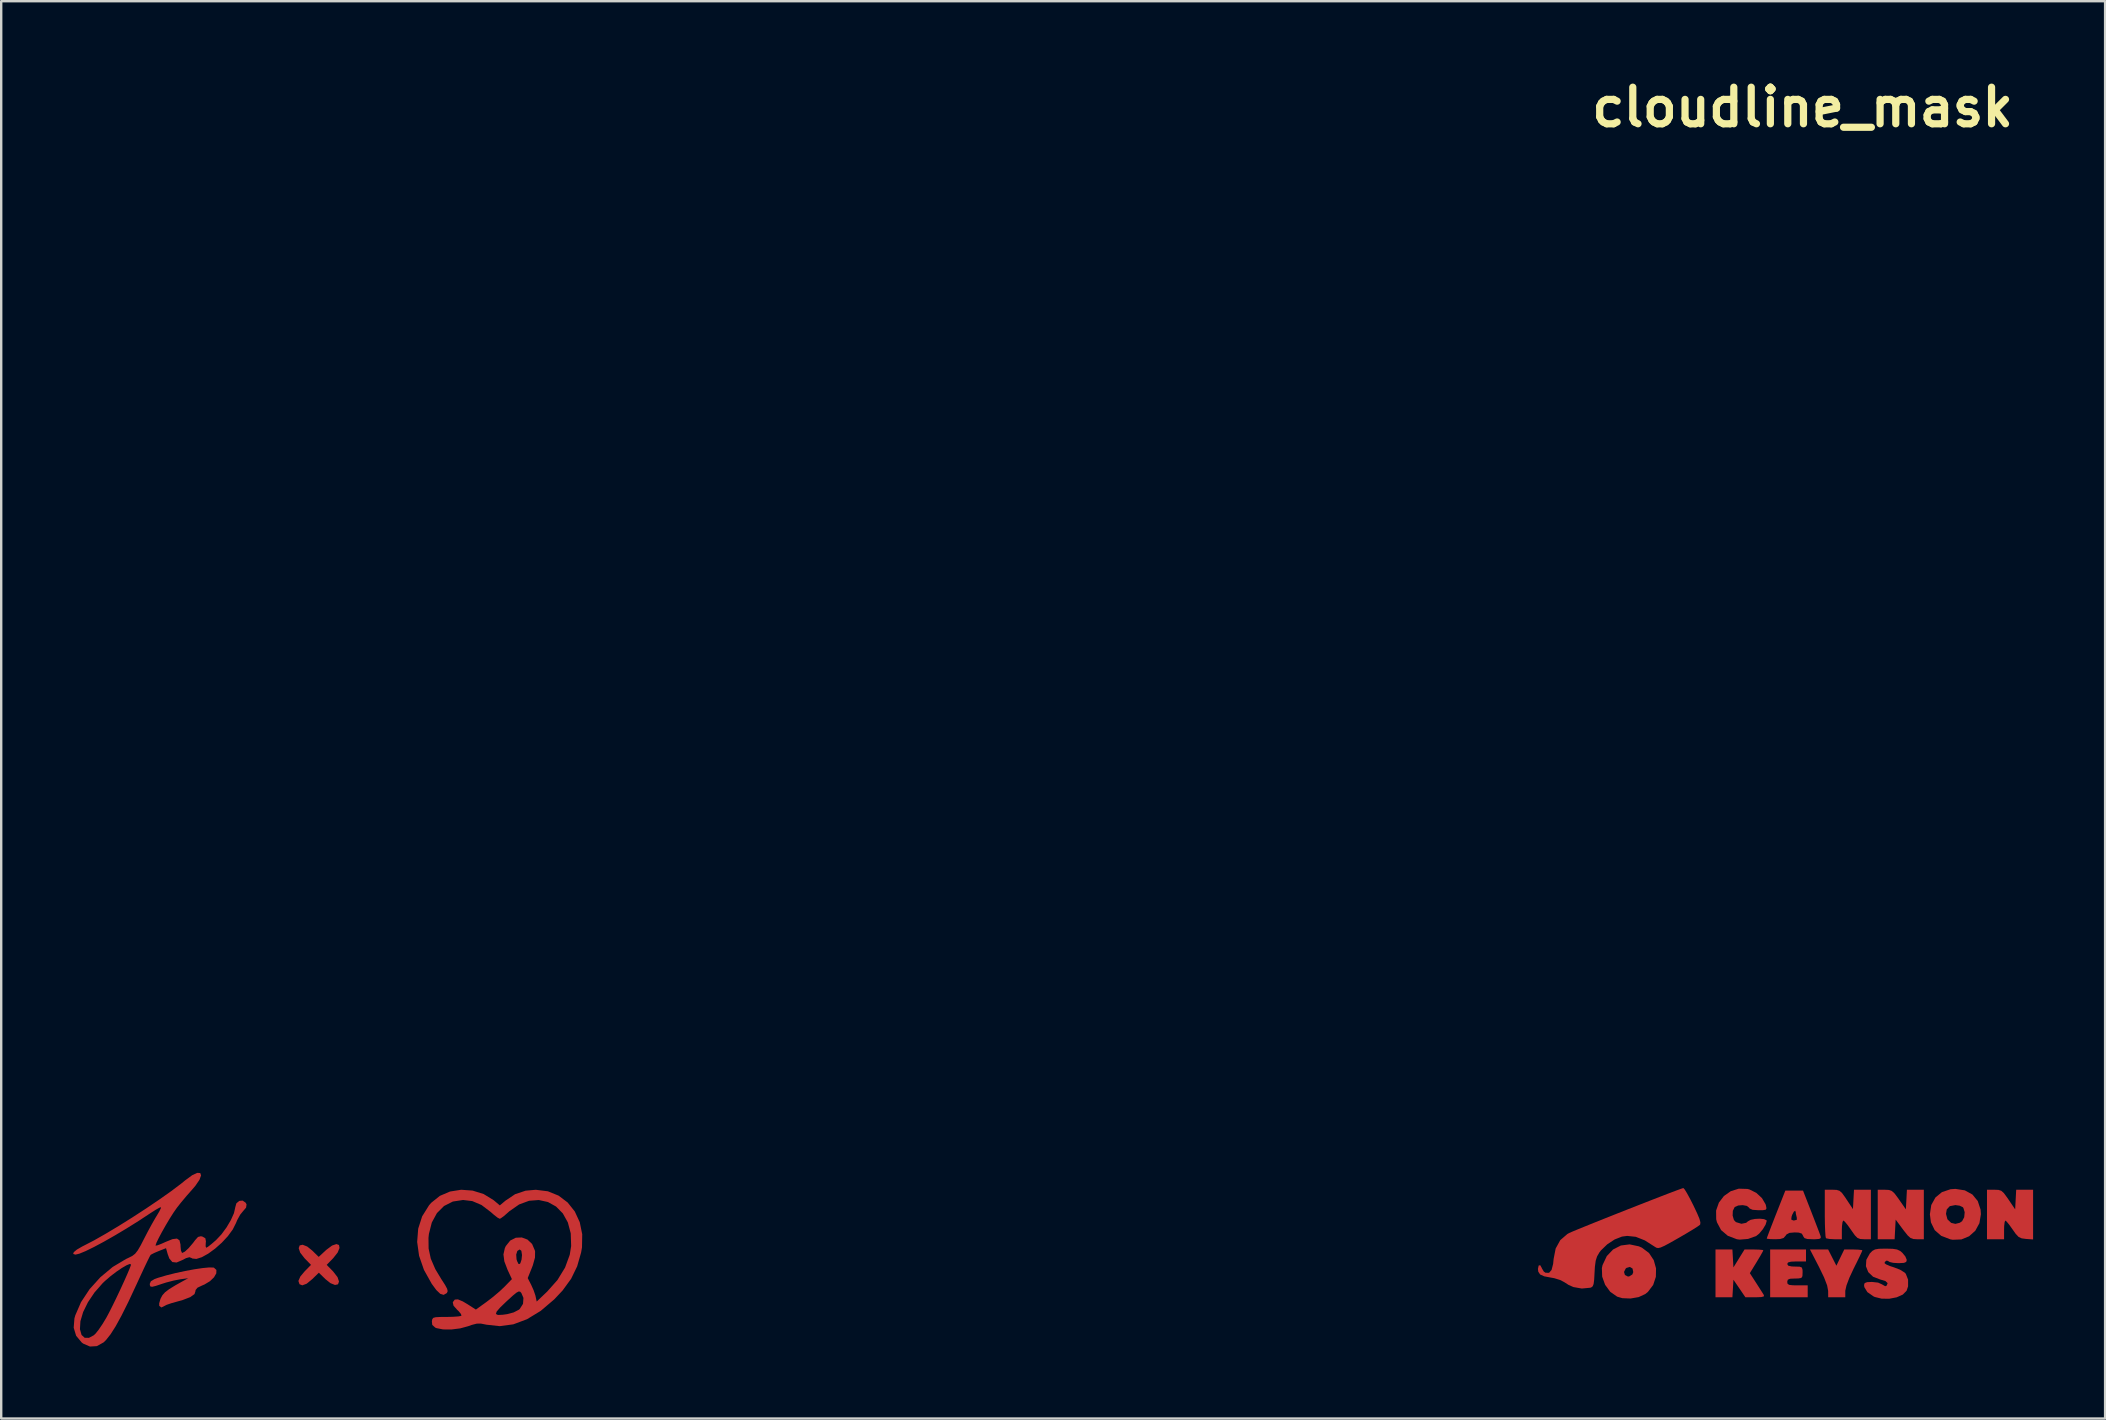
<source format=kicad_pcb>
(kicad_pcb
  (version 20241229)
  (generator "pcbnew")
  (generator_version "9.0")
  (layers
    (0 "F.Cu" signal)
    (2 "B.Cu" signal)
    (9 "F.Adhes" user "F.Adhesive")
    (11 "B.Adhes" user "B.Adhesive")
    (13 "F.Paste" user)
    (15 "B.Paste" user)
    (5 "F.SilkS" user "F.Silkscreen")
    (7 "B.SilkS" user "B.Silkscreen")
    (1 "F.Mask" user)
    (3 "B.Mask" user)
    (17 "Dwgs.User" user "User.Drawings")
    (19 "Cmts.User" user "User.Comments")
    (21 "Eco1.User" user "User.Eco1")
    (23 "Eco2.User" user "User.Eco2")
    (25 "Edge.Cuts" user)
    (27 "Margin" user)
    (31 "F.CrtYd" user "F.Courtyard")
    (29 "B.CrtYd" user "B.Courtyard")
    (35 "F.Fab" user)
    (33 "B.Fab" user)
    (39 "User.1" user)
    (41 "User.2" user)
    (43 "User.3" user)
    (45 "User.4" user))
  (footprint "cloudline_mask"
    (layer "F.Cu")
    (at 72.064 1.418)
    (property "Reference" "cloudline_mask" (at 0 0 0) (layer "F.SilkS") (effects (font (size 1.524 1.524) (thickness 0.3))))
    (attr through_hole)
    (fp_poly (pts (xy 1.408 48.274) (xy 1.736 47.598) (xy 2.113 47.598) (xy 2.323 47.605) (xy 2.46 47.621) (xy 2.49 47.635) (xy 2.46 47.71) (xy 2.379 47.884) (xy 2.259 48.131) (xy 2.134 48.381) (xy 1.949 48.777) (xy 1.829 49.096) (xy 1.779 49.318) (xy 1.779 49.34) (xy 1.779 49.59) (xy 1.067 49.59) (xy 1.065 49.324) (xy 1.022 49.094) (xy 0.895 48.763) (xy 0.685 48.328) (xy 0.307 47.598) (xy 1.065 47.598)) (stroke (width 0) (type solid)) (fill yes) (layer "F.Cu"))
    (fp_poly (pts (xy 5.052 47.171) (xy 4.769 47.171) (xy 4.614 47.162) (xy 4.495 47.117) (xy 4.377 47.01) (xy 4.223 46.816) (xy 4.182 46.762) (xy 3.878 46.353) (xy 3.856 46.762) (xy 3.835 47.171) (xy 3.131 47.171) (xy 3.131 45.108) (xy 3.433 45.109) (xy 3.598 45.117) (xy 3.716 45.158) (xy 3.827 45.257) (xy 3.966 45.441) (xy 4.02 45.518) (xy 4.304 45.926) (xy 4.326 45.517) (xy 4.347 45.108) (xy 5.052 45.108)) (stroke (width 0) (type solid)) (fill yes) (layer "F.Cu"))
    (fp_poly (pts (xy 8.162 45.115) (xy 8.281 45.153) (xy 8.388 45.249) (xy 8.521 45.43) (xy 8.581 45.517) (xy 8.858 45.926) (xy 8.879 45.517) (xy 8.901 45.108) (xy 9.605 45.108) (xy 9.605 47.18) (xy 9.304 47.158) (xy 9.129 47.134) (xy 9.002 47.075) (xy 8.882 46.949) (xy 8.752 46.765) (xy 8.614 46.571) (xy 8.503 46.436) (xy 8.449 46.391) (xy 8.42 46.454) (xy 8.4 46.619) (xy 8.396 46.78) (xy 8.396 47.171) (xy 7.684 47.171) (xy 7.684 45.108) (xy 7.994 45.108)) (stroke (width 0) (type solid)) (fill yes) (layer "F.Cu"))
    (fp_poly (pts (xy -2.903 47.972) (xy -2.882 48.345) (xy -2.651 47.972) (xy -2.42 47.598) (xy -2.028 47.598) (xy -1.814 47.604) (xy -1.671 47.618) (xy -1.636 47.633) (xy -1.671 47.705) (xy -1.762 47.867) (xy -1.892 48.084) (xy -1.917 48.126) (xy -2.198 48.584) (xy -1.931 48.998) (xy -1.789 49.22) (xy -1.673 49.402) (xy -1.611 49.502) (xy -1.615 49.553) (xy -1.72 49.581) (xy -1.946 49.59) (xy -1.97 49.59) (xy -2.383 49.59) (xy -2.632 49.224) (xy -2.882 48.858) (xy -2.903 49.224) (xy -2.925 49.59) (xy -3.629 49.59) (xy -3.629 47.598) (xy -2.925 47.598)) (stroke (width 0) (type solid)) (fill yes) (layer "F.Cu"))
    (fp_poly (pts (xy 0.142 48.096) (xy -0.249 48.096) (xy -0.485 48.106) (xy -0.607 48.14) (xy -0.64 48.203) (xy -0.598 48.273) (xy -0.456 48.305) (xy -0.32 48.31) (xy -0.123 48.315) (xy -0.03 48.351) (xy -0.002 48.448) (xy 0 48.559) (xy -0.007 48.712) (xy -0.053 48.784) (xy -0.178 48.806) (xy -0.32 48.808) (xy -0.52 48.817) (xy -0.615 48.856) (xy -0.64 48.94) (xy -0.64 48.95) (xy -0.625 49.03) (xy -0.556 49.073) (xy -0.403 49.09) (xy -0.213 49.092) (xy 0.213 49.092) (xy 0.213 49.59) (xy -1.352 49.59) (xy -1.352 47.598) (xy 0.142 47.598)) (stroke (width 0) (type solid)) (fill yes) (layer "F.Cu"))
    (fp_poly (pts (xy -60.988 47.411) (xy -60.966 47.534) (xy -61.043 47.724) (xy -61.231 47.962) (xy -61.238 47.969) (xy -61.501 48.239) (xy -61.231 48.515) (xy -61.049 48.75) (xy -60.988 48.934) (xy -61.029 49.049) (xy -61.154 49.077) (xy -61.346 49) (xy -61.551 48.836) (xy -61.828 48.566) (xy -62.098 48.829) (xy -62.336 49.025) (xy -62.518 49.092) (xy -62.634 49.045) (xy -62.68 48.91) (xy -62.598 48.722) (xy -62.418 48.508) (xy -62.155 48.239) (xy -62.425 47.962) (xy -62.606 47.728) (xy -62.667 47.544) (xy -62.627 47.429) (xy -62.503 47.4) (xy -62.312 47.475) (xy -62.108 47.639) (xy -61.834 47.906) (xy -61.514 47.611) (xy -61.275 47.433) (xy -61.095 47.372)) (stroke (width 0) (type solid)) (fill yes) (layer "F.Cu"))
    (fp_poly (pts (xy 1.418 45.115) (xy 1.538 45.152) (xy 1.644 45.246) (xy 1.773 45.424) (xy 1.831 45.512) (xy 2.099 45.916) (xy 2.12 45.512) (xy 2.142 45.108) (xy 2.846 45.108) (xy 2.846 47.171) (xy 2.562 47.171) (xy 2.403 47.162) (xy 2.287 47.116) (xy 2.177 47.006) (xy 2.035 46.805) (xy 2.018 46.78) (xy 1.877 46.581) (xy 1.761 46.44) (xy 1.697 46.389) (xy 1.664 46.453) (xy 1.642 46.619) (xy 1.636 46.78) (xy 1.636 47.171) (xy 1.328 47.171) (xy 1.128 47.161) (xy 0.994 47.136) (xy 0.972 47.124) (xy 0.955 47.039) (xy 0.941 46.839) (xy 0.93 46.552) (xy 0.925 46.204) (xy 0.925 46.092) (xy 0.925 45.108) (xy 1.244 45.108)) (stroke (width 0) (type solid)) (fill yes) (layer "F.Cu"))
    (fp_poly (pts (xy -6.821 47.467) (xy -6.692 47.525) (xy -6.398 47.747) (xy -6.202 48.044) (xy -6.107 48.384) (xy -6.114 48.738) (xy -6.226 49.075) (xy -6.445 49.365) (xy -6.556 49.455) (xy -6.831 49.582) (xy -7.171 49.641) (xy -7.51 49.627) (xy -7.726 49.564) (xy -8.015 49.362) (xy -8.229 49.07) (xy -8.352 48.728) (xy -8.358 48.534) (xy -7.441 48.534) (xy -7.403 48.661) (xy -7.282 48.724) (xy -7.23 48.723) (xy -7.094 48.64) (xy -7.056 48.541) (xy -7.087 48.391) (xy -7.197 48.325) (xy -7.337 48.365) (xy -7.372 48.394) (xy -7.441 48.534) (xy -8.358 48.534) (xy -8.364 48.376) (xy -8.336 48.248) (xy -8.159 47.873) (xy -7.897 47.598) (xy -7.572 47.432) (xy -7.206 47.385)) (stroke (width 0) (type solid)) (fill yes) (layer "F.Cu"))
    (fp_poly (pts (xy 6.761 45.134) (xy 7.076 45.307) (xy 7.299 45.579) (xy 7.416 45.934) (xy 7.43 46.127) (xy 7.368 46.503) (xy 7.197 46.816) (xy 6.939 47.047) (xy 6.618 47.179) (xy 6.255 47.193) (xy 6.154 47.175) (xy 5.775 47.028) (xy 5.505 46.792) (xy 5.348 46.468) (xy 5.304 46.132) (xy 5.307 46.113) (xy 5.976 46.113) (xy 6.035 46.34) (xy 6.191 46.489) (xy 6.368 46.531) (xy 6.55 46.485) (xy 6.647 46.419) (xy 6.735 46.253) (xy 6.754 46.044) (xy 6.7 45.866) (xy 6.674 45.834) (xy 6.545 45.773) (xy 6.368 45.748) (xy 6.135 45.792) (xy 6.008 45.927) (xy 5.976 46.113) (xy 5.307 46.113) (xy 5.362 45.745) (xy 5.535 45.432) (xy 5.806 45.208) (xy 6.162 45.088) (xy 6.368 45.073)) (stroke (width 0) (type solid)) (fill yes) (layer "F.Cu"))
    (fp_poly (pts (xy -66.221 48.351) (xy -66.198 48.358) (xy -66.096 48.451) (xy -66.101 48.593) (xy -66.196 48.757) (xy -66.366 48.92) (xy -66.594 49.057) (xy -66.672 49.089) (xy -66.884 49.19) (xy -66.966 49.29) (xy -66.966 49.324) (xy -67.009 49.457) (xy -67.186 49.583) (xy -67.501 49.704) (xy -67.733 49.769) (xy -67.979 49.838) (xy -68.171 49.905) (xy -68.263 49.952) (xy -68.388 50.014) (xy -68.478 49.949) (xy -68.481 49.844) (xy -68.433 49.674) (xy -68.42 49.64) (xy -68.347 49.505) (xy -68.238 49.382) (xy -68.066 49.251) (xy -67.807 49.092) (xy -67.555 48.951) (xy -67.271 48.795) (xy -67.612 48.842) (xy -67.881 48.894) (xy -68.192 48.975) (xy -68.352 49.026) (xy -68.613 49.113) (xy -68.768 49.152) (xy -68.844 49.142) (xy -68.87 49.083) (xy -68.872 49.027) (xy -68.827 48.923) (xy -68.677 48.832) (xy -68.534 48.78) (xy -68.192 48.679) (xy -67.805 48.582) (xy -67.403 48.495) (xy -67.014 48.423) (xy -66.668 48.372) (xy -66.394 48.346)) (stroke (width 0) (type solid)) (fill yes) (layer "F.Cu"))
    (fp_poly (pts (xy -2.3 45.075) (xy -2.214 45.097) (xy -1.93 45.238) (xy -1.692 45.459) (xy -1.542 45.715) (xy -1.527 45.766) (xy -1.505 45.882) (xy -1.536 45.94) (xy -1.65 45.96) (xy -1.835 45.962) (xy -2.081 45.945) (xy -2.209 45.889) (xy -2.231 45.855) (xy -2.326 45.781) (xy -2.496 45.75) (xy -2.683 45.765) (xy -2.824 45.827) (xy -2.832 45.834) (xy -2.907 45.988) (xy -2.915 46.188) (xy -2.861 46.37) (xy -2.779 46.457) (xy -2.549 46.527) (xy -2.352 46.487) (xy -2.277 46.424) (xy -2.164 46.362) (xy -1.983 46.325) (xy -1.782 46.315) (xy -1.606 46.333) (xy -1.504 46.381) (xy -1.494 46.407) (xy -1.542 46.563) (xy -1.659 46.757) (xy -1.808 46.936) (xy -1.933 47.036) (xy -2.271 47.158) (xy -2.619 47.187) (xy -2.739 47.171) (xy -3.115 47.029) (xy -3.396 46.79) (xy -3.568 46.467) (xy -3.6 46.339) (xy -3.604 45.975) (xy -3.488 45.645) (xy -3.277 45.369) (xy -2.993 45.169) (xy -2.66 45.064)) (stroke (width 0) (type solid)) (fill yes) (layer "F.Cu"))
    (fp_poly (pts (xy 0.365 46.033) (xy 0.497 46.373) (xy 0.612 46.672) (xy 0.7 46.903) (xy 0.748 47.035) (xy 0.752 47.047) (xy 0.757 47.12) (xy 0.692 47.158) (xy 0.526 47.171) (xy 0.425 47.171) (xy 0.201 47.162) (xy 0.081 47.126) (xy 0.027 47.05) (xy 0.021 47.029) (xy -0.033 46.937) (xy -0.155 46.895) (xy -0.326 46.887) (xy -0.546 46.905) (xy -0.671 46.972) (xy -0.711 47.029) (xy -0.792 47.119) (xy -0.935 47.162) (xy -1.141 47.171) (xy -1.343 47.166) (xy -1.471 47.152) (xy -1.494 47.141) (xy -1.469 47.067) (xy -1.401 46.885) (xy -1.299 46.619) (xy -1.194 46.35) (xy -0.473 46.35) (xy -0.39 46.388) (xy -0.353 46.389) (xy -0.241 46.361) (xy -0.241 46.276) (xy -0.281 46.105) (xy -0.285 46.049) (xy -0.308 45.982) (xy -0.365 46.023) (xy -0.432 46.15) (xy -0.459 46.229) (xy -0.473 46.35) (xy -1.194 46.35) (xy -1.172 46.292) (xy -1.107 46.127) (xy -0.719 45.144) (xy 0.018 45.144)) (stroke (width 0) (type solid)) (fill yes) (layer "F.Cu"))
    (fp_poly (pts (xy 3.753 47.57) (xy 3.935 47.598) (xy 4.065 47.659) (xy 4.156 47.735) (xy 4.281 47.887) (xy 4.339 48.027) (xy 4.34 48.038) (xy 4.317 48.117) (xy 4.224 48.156) (xy 4.029 48.167) (xy 3.989 48.168) (xy 3.776 48.154) (xy 3.628 48.12) (xy 3.592 48.095) (xy 3.51 48.057) (xy 3.431 48.111) (xy 3.415 48.167) (xy 3.478 48.218) (xy 3.639 48.288) (xy 3.803 48.341) (xy 4.06 48.44) (xy 4.249 48.557) (xy 4.301 48.611) (xy 4.396 48.855) (xy 4.396 49.134) (xy 4.334 49.317) (xy 4.176 49.477) (xy 3.922 49.591) (xy 3.615 49.65) (xy 3.297 49.648) (xy 3.008 49.577) (xy 2.953 49.551) (xy 2.698 49.373) (xy 2.573 49.168) (xy 2.561 49.079) (xy 2.587 48.998) (xy 2.687 48.96) (xy 2.887 48.95) (xy 3.145 48.978) (xy 3.315 49.054) (xy 3.323 49.061) (xy 3.444 49.129) (xy 3.504 49.103) (xy 3.544 48.999) (xy 3.448 48.911) (xy 3.23 48.847) (xy 2.937 48.734) (xy 2.736 48.541) (xy 2.639 48.296) (xy 2.656 48.028) (xy 2.8 47.767) (xy 2.804 47.762) (xy 2.908 47.656) (xy 3.019 47.596) (xy 3.179 47.569) (xy 3.433 47.563) (xy 3.474 47.563)) (stroke (width 0) (type solid)) (fill yes) (layer "F.Cu"))
    (fp_poly (pts (xy -4.913 45.097) (xy -4.813 45.26) (xy -4.682 45.501) (xy -4.55 45.762) (xy -4.394 46.091) (xy -4.299 46.317) (xy -4.259 46.462) (xy -4.265 46.548) (xy -4.285 46.577) (xy -4.379 46.644) (xy -4.57 46.765) (xy -4.832 46.923) (xy -5.139 47.102) (xy -5.19 47.131) (xy -5.523 47.32) (xy -5.756 47.445) (xy -5.914 47.515) (xy -6.019 47.539) (xy -6.094 47.524) (xy -6.15 47.49) (xy -6.572 47.22) (xy -6.951 47.07) (xy -7.31 47.032) (xy -7.527 47.061) (xy -7.831 47.18) (xy -8.142 47.385) (xy -8.404 47.637) (xy -8.47 47.724) (xy -8.564 47.887) (xy -8.622 48.071) (xy -8.655 48.319) (xy -8.669 48.565) (xy -8.685 48.856) (xy -8.708 49.035) (xy -8.747 49.133) (xy -8.809 49.18) (xy -8.847 49.192) (xy -9.2 49.225) (xy -9.55 49.164) (xy -9.751 49.075) (xy -9.925 48.963) (xy -10.102 48.87) (xy -10.349 48.794) (xy -10.478 48.771) (xy -10.765 48.717) (xy -10.936 48.64) (xy -11.014 48.523) (xy -11.028 48.408) (xy -10.998 48.268) (xy -10.934 48.252) (xy -10.869 48.367) (xy -10.865 48.381) (xy -10.783 48.519) (xy -10.714 48.566) (xy -10.565 48.571) (xy -10.46 48.45) (xy -10.395 48.198) (xy -10.375 47.996) (xy -10.29 47.558) (xy -10.097 47.208) (xy -9.8 46.952) (xy -9.738 46.918) (xy -9.62 46.864) (xy -9.394 46.77) (xy -9.078 46.641) (xy -8.692 46.485) (xy -8.252 46.309) (xy -7.779 46.121) (xy -7.289 45.927) (xy -6.802 45.736) (xy -6.337 45.554) (xy -5.91 45.388) (xy -5.542 45.246) (xy -5.25 45.136) (xy -5.052 45.064) (xy -4.968 45.037) (xy -4.968 45.037)) (stroke (width 0) (type solid)) (fill yes) (layer "F.Cu"))
    (fp_poly (pts (xy -55.421 45.144) (xy -54.962 45.287) (xy -54.549 45.54) (xy -54.518 45.566) (xy -54.286 45.761) (xy -54.055 45.566) (xy -53.651 45.295) (xy -53.213 45.148) (xy -52.788 45.11) (xy -52.284 45.173) (xy -51.838 45.354) (xy -51.46 45.64) (xy -51.163 46.013) (xy -50.956 46.46) (xy -50.853 46.963) (xy -50.862 47.508) (xy -50.899 47.724) (xy -51.064 48.301) (xy -51.315 48.818) (xy -51.671 49.307) (xy -52.017 49.675) (xy -52.581 50.155) (xy -53.152 50.503) (xy -53.724 50.717) (xy -54.291 50.793) (xy -54.843 50.732) (xy -55.07 50.687) (xy -55.25 50.688) (xy -55.454 50.741) (xy -55.602 50.794) (xy -55.939 50.886) (xy -56.306 50.932) (xy -56.651 50.929) (xy -56.926 50.875) (xy -56.976 50.854) (xy -57.102 50.742) (xy -57.118 50.592) (xy -57.101 50.502) (xy -57.058 50.447) (xy -56.957 50.42) (xy -56.77 50.41) (xy -56.516 50.409) (xy -56.241 50.403) (xy -56.023 50.388) (xy -55.899 50.367) (xy -55.887 50.36) (xy -55.904 50.289) (xy -55.906 50.286) (xy -54.449 50.286) (xy -54.365 50.327) (xy -54.167 50.318) (xy -53.979 50.292) (xy -53.71 50.22) (xy -53.496 50.11) (xy -53.458 50.079) (xy -53.32 49.863) (xy -53.302 49.616) (xy -53.389 49.412) (xy -53.439 49.357) (xy -53.5 49.348) (xy -53.592 49.396) (xy -53.738 49.515) (xy -53.96 49.717) (xy -54.02 49.772) (xy -54.275 50.018) (xy -54.419 50.186) (xy -54.449 50.286) (xy -55.906 50.286) (xy -56.005 50.166) (xy -56.063 50.111) (xy -56.215 49.941) (xy -56.246 49.807) (xy -56.24 49.786) (xy -56.163 49.686) (xy -56.032 49.677) (xy -55.828 49.762) (xy -55.627 49.882) (xy -55.284 50.102) (xy -54.839 49.782) (xy -54.566 49.572) (xy -54.291 49.339) (xy -54.088 49.147) (xy -53.783 48.833) (xy -53.963 48.447) (xy -54.098 48.094) (xy -54.135 47.81) (xy -53.604 47.81) (xy -53.59 48.006) (xy -53.566 48.084) (xy -53.507 48.203) (xy -53.454 48.199) (xy -53.429 48.165) (xy -53.382 48.022) (xy -53.362 47.83) (xy -53.389 47.652) (xy -53.46 47.598) (xy -53.557 47.659) (xy -53.604 47.81) (xy -54.135 47.81) (xy -54.136 47.806) (xy -54.079 47.547) (xy -54.037 47.455) (xy -53.853 47.226) (xy -53.621 47.108) (xy -53.371 47.097) (xy -53.134 47.185) (xy -52.942 47.368) (xy -52.826 47.639) (xy -52.817 47.683) (xy -52.821 47.936) (xy -52.911 48.258) (xy -52.951 48.361) (xy -53.124 48.79) (xy -52.982 49.066) (xy -52.879 49.295) (xy -52.804 49.514) (xy -52.795 49.555) (xy -52.75 49.768) (xy -52.315 49.354) (xy -51.886 48.872) (xy -51.568 48.352) (xy -51.372 47.817) (xy -51.314 47.453) (xy -51.331 46.925) (xy -51.453 46.469) (xy -51.662 46.094) (xy -51.944 45.808) (xy -52.282 45.62) (xy -52.662 45.537) (xy -53.067 45.568) (xy -53.481 45.721) (xy -53.889 46.005) (xy -53.952 46.062) (xy -54.118 46.207) (xy -54.247 46.3) (xy -54.292 46.318) (xy -54.378 46.273) (xy -54.529 46.156) (xy -54.668 46.034) (xy -55.05 45.744) (xy -55.434 45.581) (xy -55.817 45.535) (xy -56.244 45.6) (xy -56.611 45.786) (xy -56.907 46.082) (xy -57.121 46.475) (xy -57.242 46.953) (xy -57.259 47.114) (xy -57.254 47.559) (xy -57.163 47.981) (xy -56.975 48.416) (xy -56.725 48.832) (xy -56.567 49.077) (xy -56.482 49.235) (xy -56.46 49.335) (xy -56.489 49.404) (xy -56.505 49.421) (xy -56.628 49.489) (xy -56.767 49.447) (xy -56.933 49.288) (xy -57.123 49.03) (xy -57.448 48.448) (xy -57.651 47.861) (xy -57.731 47.284) (xy -57.688 46.731) (xy -57.523 46.217) (xy -57.236 45.757) (xy -57.144 45.651) (xy -56.786 45.364) (xy -56.361 45.183) (xy -55.897 45.109)) (stroke (width 0) (type solid)) (fill yes) (layer "F.Cu"))
    (fp_poly (pts (xy -66.77 44.412) (xy -66.736 44.512) (xy -66.802 44.695) (xy -66.976 44.949) (xy -67.104 45.098) (xy -67.335 45.36) (xy -67.573 45.644) (xy -67.746 45.864) (xy -67.882 46.059) (xy -68.041 46.309) (xy -68.206 46.587) (xy -68.364 46.865) (xy -68.497 47.115) (xy -68.592 47.31) (xy -68.631 47.423) (xy -68.629 47.438) (xy -68.555 47.425) (xy -68.392 47.363) (xy -68.211 47.282) (xy -67.927 47.167) (xy -67.741 47.143) (xy -67.635 47.216) (xy -67.593 47.389) (xy -67.591 47.464) (xy -67.574 47.639) (xy -67.532 47.735) (xy -67.517 47.741) (xy -67.408 47.685) (xy -67.249 47.537) (xy -67.066 47.321) (xy -66.985 47.212) (xy -66.862 47.075) (xy -66.743 47.046) (xy -66.675 47.062) (xy -66.558 47.129) (xy -66.533 47.257) (xy -66.54 47.321) (xy -66.546 47.467) (xy -66.519 47.527) (xy -66.444 47.483) (xy -66.297 47.367) (xy -66.109 47.204) (xy -66.109 47.204) (xy -65.886 46.967) (xy -65.673 46.676) (xy -65.492 46.369) (xy -65.365 46.084) (xy -65.314 45.861) (xy -65.314 45.853) (xy -65.265 45.676) (xy -65.147 45.574) (xy -65.003 45.561) (xy -64.877 45.649) (xy -64.84 45.718) (xy -64.86 45.855) (xy -64.974 45.987) (xy -65.103 46.144) (xy -65.229 46.372) (xy -65.28 46.496) (xy -65.415 46.764) (xy -65.619 47.043) (xy -65.872 47.315) (xy -66.151 47.563) (xy -66.435 47.77) (xy -66.703 47.919) (xy -66.931 47.992) (xy -67.1 47.974) (xy -67.126 47.956) (xy -67.221 47.92) (xy -67.36 47.958) (xy -67.514 48.038) (xy -67.756 48.141) (xy -67.932 48.122) (xy -68.058 47.975) (xy -68.125 47.795) (xy -68.196 47.544) (xy -68.492 47.66) (xy -68.683 47.741) (xy -68.815 47.809) (xy -68.839 47.826) (xy -68.883 47.904) (xy -68.975 48.09) (xy -69.106 48.364) (xy -69.264 48.704) (xy -69.441 49.089) (xy -69.442 49.09) (xy -69.765 49.781) (xy -70.047 50.346) (xy -70.292 50.794) (xy -70.507 51.132) (xy -70.696 51.371) (xy -70.797 51.469) (xy -71.076 51.625) (xy -71.365 51.642) (xy -71.648 51.52) (xy -71.711 51.471) (xy -71.942 51.193) (xy -72.025 50.919) (xy -71.783 50.919) (xy -71.715 51.16) (xy -71.586 51.277) (xy -71.407 51.28) (xy -71.207 51.173) (xy -71.131 51.102) (xy -71.002 50.94) (xy -70.841 50.703) (xy -70.685 50.444) (xy -70.567 50.224) (xy -70.422 49.936) (xy -70.261 49.606) (xy -70.098 49.261) (xy -69.944 48.926) (xy -69.812 48.629) (xy -69.713 48.395) (xy -69.66 48.251) (xy -69.654 48.224) (xy -69.705 48.201) (xy -69.839 48.255) (xy -70.034 48.368) (xy -70.265 48.525) (xy -70.506 48.709) (xy -70.735 48.906) (xy -70.836 49.002) (xy -71.176 49.389) (xy -71.45 49.797) (xy -71.649 50.203) (xy -71.763 50.585) (xy -71.783 50.919) (xy -72.025 50.919) (xy -72.043 50.859) (xy -72.013 50.471) (xy -71.978 50.345) (xy -71.738 49.792) (xy -71.381 49.252) (xy -70.932 48.755) (xy -70.418 48.326) (xy -69.862 47.994) (xy -69.757 47.945) (xy -69.603 47.868) (xy -69.483 47.775) (xy -69.374 47.636) (xy -69.25 47.423) (xy -69.122 47.174) (xy -68.957 46.855) (xy -68.787 46.542) (xy -68.639 46.284) (xy -68.59 46.205) (xy -68.478 46.016) (xy -68.412 45.88) (xy -68.405 45.836) (xy -68.473 45.858) (xy -68.626 45.944) (xy -68.832 46.075) (xy -68.848 46.086) (xy -69.341 46.41) (xy -69.84 46.722) (xy -70.327 47.013) (xy -70.784 47.273) (xy -71.195 47.493) (xy -71.541 47.663) (xy -71.805 47.772) (xy -71.969 47.812) (xy -71.971 47.812) (xy -72.064 47.784) (xy -72.04 47.71) (xy -71.91 47.602) (xy -71.686 47.472) (xy -71.605 47.431) (xy -71.199 47.221) (xy -70.71 46.943) (xy -70.164 46.616) (xy -69.591 46.257) (xy -69.018 45.884) (xy -68.471 45.514) (xy -67.98 45.167) (xy -67.571 44.859) (xy -67.393 44.714) (xy -67.106 44.503) (xy -66.896 44.406)) (stroke (width 0) (type solid)) (fill yes) (layer "F.Cu"))
    (fp_poly (pts (xy 1.408 48.274) (xy 1.736 47.598) (xy 2.113 47.598) (xy 2.323 47.605) (xy 2.46 47.621) (xy 2.49 47.635) (xy 2.46 47.71) (xy 2.379 47.884) (xy 2.259 48.131) (xy 2.134 48.381) (xy 1.949 48.777) (xy 1.829 49.096) (xy 1.779 49.318) (xy 1.779 49.34) (xy 1.779 49.59) (xy 1.067 49.59) (xy 1.065 49.324) (xy 1.022 49.094) (xy 0.895 48.763) (xy 0.685 48.328) (xy 0.307 47.598) (xy 1.065 47.598)) (stroke (width 0) (type solid)) (fill yes) (layer "F.Mask"))
    (fp_poly (pts (xy 5.052 47.171) (xy 4.769 47.171) (xy 4.614 47.162) (xy 4.495 47.117) (xy 4.377 47.01) (xy 4.223 46.816) (xy 4.182 46.762) (xy 3.878 46.353) (xy 3.856 46.762) (xy 3.835 47.171) (xy 3.131 47.171) (xy 3.131 45.108) (xy 3.433 45.109) (xy 3.598 45.117) (xy 3.716 45.158) (xy 3.827 45.257) (xy 3.966 45.441) (xy 4.02 45.518) (xy 4.304 45.926) (xy 4.326 45.517) (xy 4.347 45.108) (xy 5.052 45.108)) (stroke (width 0) (type solid)) (fill yes) (layer "F.Mask"))
    (fp_poly (pts (xy 8.162 45.115) (xy 8.281 45.153) (xy 8.388 45.249) (xy 8.521 45.43) (xy 8.581 45.517) (xy 8.858 45.926) (xy 8.879 45.517) (xy 8.901 45.108) (xy 9.605 45.108) (xy 9.605 47.18) (xy 9.304 47.158) (xy 9.129 47.134) (xy 9.002 47.075) (xy 8.882 46.949) (xy 8.752 46.765) (xy 8.614 46.571) (xy 8.503 46.436) (xy 8.449 46.391) (xy 8.42 46.454) (xy 8.4 46.619) (xy 8.396 46.78) (xy 8.396 47.171) (xy 7.684 47.171) (xy 7.684 45.108) (xy 7.994 45.108)) (stroke (width 0) (type solid)) (fill yes) (layer "F.Mask"))
    (fp_poly (pts (xy -2.903 47.972) (xy -2.882 48.345) (xy -2.651 47.972) (xy -2.42 47.598) (xy -2.028 47.598) (xy -1.814 47.604) (xy -1.671 47.618) (xy -1.636 47.633) (xy -1.671 47.705) (xy -1.762 47.867) (xy -1.892 48.084) (xy -1.917 48.126) (xy -2.198 48.584) (xy -1.931 48.998) (xy -1.789 49.22) (xy -1.673 49.402) (xy -1.611 49.502) (xy -1.615 49.553) (xy -1.72 49.581) (xy -1.946 49.59) (xy -1.97 49.59) (xy -2.383 49.59) (xy -2.632 49.224) (xy -2.882 48.858) (xy -2.903 49.224) (xy -2.925 49.59) (xy -3.629 49.59) (xy -3.629 47.598) (xy -2.925 47.598)) (stroke (width 0) (type solid)) (fill yes) (layer "F.Mask"))
    (fp_poly (pts (xy 0.142 48.096) (xy -0.249 48.096) (xy -0.485 48.106) (xy -0.607 48.14) (xy -0.64 48.203) (xy -0.598 48.273) (xy -0.456 48.305) (xy -0.32 48.31) (xy -0.123 48.315) (xy -0.03 48.351) (xy -0.002 48.448) (xy 0 48.559) (xy -0.007 48.712) (xy -0.053 48.784) (xy -0.178 48.806) (xy -0.32 48.808) (xy -0.52 48.817) (xy -0.615 48.856) (xy -0.64 48.94) (xy -0.64 48.95) (xy -0.625 49.03) (xy -0.556 49.073) (xy -0.403 49.09) (xy -0.213 49.092) (xy 0.213 49.092) (xy 0.213 49.59) (xy -1.352 49.59) (xy -1.352 47.598) (xy 0.142 47.598)) (stroke (width 0) (type solid)) (fill yes) (layer "F.Mask"))
    (fp_poly (pts (xy -60.988 47.411) (xy -60.966 47.534) (xy -61.043 47.724) (xy -61.231 47.962) (xy -61.238 47.969) (xy -61.501 48.239) (xy -61.231 48.515) (xy -61.049 48.75) (xy -60.988 48.934) (xy -61.029 49.049) (xy -61.154 49.077) (xy -61.346 49) (xy -61.551 48.836) (xy -61.828 48.566) (xy -62.098 48.829) (xy -62.336 49.025) (xy -62.518 49.092) (xy -62.634 49.045) (xy -62.68 48.91) (xy -62.598 48.722) (xy -62.418 48.508) (xy -62.155 48.239) (xy -62.425 47.962) (xy -62.606 47.728) (xy -62.667 47.544) (xy -62.627 47.429) (xy -62.503 47.4) (xy -62.312 47.475) (xy -62.108 47.639) (xy -61.834 47.906) (xy -61.514 47.611) (xy -61.275 47.433) (xy -61.095 47.372)) (stroke (width 0) (type solid)) (fill yes) (layer "F.Mask"))
    (fp_poly (pts (xy 1.418 45.115) (xy 1.538 45.152) (xy 1.644 45.246) (xy 1.773 45.424) (xy 1.831 45.512) (xy 2.099 45.916) (xy 2.12 45.512) (xy 2.142 45.108) (xy 2.846 45.108) (xy 2.846 47.171) (xy 2.562 47.171) (xy 2.403 47.162) (xy 2.287 47.116) (xy 2.177 47.006) (xy 2.035 46.805) (xy 2.018 46.78) (xy 1.877 46.581) (xy 1.761 46.44) (xy 1.697 46.389) (xy 1.664 46.453) (xy 1.642 46.619) (xy 1.636 46.78) (xy 1.636 47.171) (xy 1.328 47.171) (xy 1.128 47.161) (xy 0.994 47.136) (xy 0.972 47.124) (xy 0.955 47.039) (xy 0.941 46.839) (xy 0.93 46.552) (xy 0.925 46.204) (xy 0.925 46.092) (xy 0.925 45.108) (xy 1.244 45.108)) (stroke (width 0) (type solid)) (fill yes) (layer "F.Mask"))
    (fp_poly (pts (xy -6.821 47.467) (xy -6.692 47.525) (xy -6.398 47.747) (xy -6.202 48.044) (xy -6.107 48.384) (xy -6.114 48.738) (xy -6.226 49.075) (xy -6.445 49.365) (xy -6.556 49.455) (xy -6.831 49.582) (xy -7.171 49.641) (xy -7.51 49.627) (xy -7.726 49.564) (xy -8.015 49.362) (xy -8.229 49.07) (xy -8.352 48.728) (xy -8.358 48.534) (xy -7.441 48.534) (xy -7.403 48.661) (xy -7.282 48.724) (xy -7.23 48.723) (xy -7.094 48.64) (xy -7.056 48.541) (xy -7.087 48.391) (xy -7.197 48.325) (xy -7.337 48.365) (xy -7.372 48.394) (xy -7.441 48.534) (xy -8.358 48.534) (xy -8.364 48.376) (xy -8.336 48.248) (xy -8.159 47.873) (xy -7.897 47.598) (xy -7.572 47.432) (xy -7.206 47.385)) (stroke (width 0) (type solid)) (fill yes) (layer "F.Mask"))
    (fp_poly (pts (xy 6.761 45.134) (xy 7.076 45.307) (xy 7.299 45.579) (xy 7.416 45.934) (xy 7.43 46.127) (xy 7.368 46.503) (xy 7.197 46.816) (xy 6.939 47.047) (xy 6.618 47.179) (xy 6.255 47.193) (xy 6.154 47.175) (xy 5.775 47.028) (xy 5.505 46.792) (xy 5.348 46.468) (xy 5.304 46.132) (xy 5.307 46.113) (xy 5.976 46.113) (xy 6.035 46.34) (xy 6.191 46.489) (xy 6.368 46.531) (xy 6.55 46.485) (xy 6.647 46.419) (xy 6.735 46.253) (xy 6.754 46.044) (xy 6.7 45.866) (xy 6.674 45.834) (xy 6.545 45.773) (xy 6.368 45.748) (xy 6.135 45.792) (xy 6.008 45.927) (xy 5.976 46.113) (xy 5.307 46.113) (xy 5.362 45.745) (xy 5.535 45.432) (xy 5.806 45.208) (xy 6.162 45.088) (xy 6.368 45.073)) (stroke (width 0) (type solid)) (fill yes) (layer "F.Mask"))
    (fp_poly (pts (xy -66.221 48.351) (xy -66.198 48.358) (xy -66.096 48.451) (xy -66.101 48.593) (xy -66.196 48.757) (xy -66.366 48.92) (xy -66.594 49.057) (xy -66.672 49.089) (xy -66.884 49.19) (xy -66.966 49.29) (xy -66.966 49.324) (xy -67.009 49.457) (xy -67.186 49.583) (xy -67.501 49.704) (xy -67.733 49.769) (xy -67.979 49.838) (xy -68.171 49.905) (xy -68.263 49.952) (xy -68.388 50.014) (xy -68.478 49.949) (xy -68.481 49.844) (xy -68.433 49.674) (xy -68.42 49.64) (xy -68.347 49.505) (xy -68.238 49.382) (xy -68.066 49.251) (xy -67.807 49.092) (xy -67.555 48.951) (xy -67.271 48.795) (xy -67.612 48.842) (xy -67.881 48.894) (xy -68.192 48.975) (xy -68.352 49.026) (xy -68.613 49.113) (xy -68.768 49.152) (xy -68.844 49.142) (xy -68.87 49.083) (xy -68.872 49.027) (xy -68.827 48.923) (xy -68.677 48.832) (xy -68.534 48.78) (xy -68.192 48.679) (xy -67.805 48.582) (xy -67.403 48.495) (xy -67.014 48.423) (xy -66.668 48.372) (xy -66.394 48.346)) (stroke (width 0) (type solid)) (fill yes) (layer "F.Mask"))
    (fp_poly (pts (xy -2.3 45.075) (xy -2.214 45.097) (xy -1.93 45.238) (xy -1.692 45.459) (xy -1.542 45.715) (xy -1.527 45.766) (xy -1.505 45.882) (xy -1.536 45.94) (xy -1.65 45.96) (xy -1.835 45.962) (xy -2.081 45.945) (xy -2.209 45.889) (xy -2.231 45.855) (xy -2.326 45.781) (xy -2.496 45.75) (xy -2.683 45.765) (xy -2.824 45.827) (xy -2.832 45.834) (xy -2.907 45.988) (xy -2.915 46.188) (xy -2.861 46.37) (xy -2.779 46.457) (xy -2.549 46.527) (xy -2.352 46.487) (xy -2.277 46.424) (xy -2.164 46.362) (xy -1.983 46.325) (xy -1.782 46.315) (xy -1.606 46.333) (xy -1.504 46.381) (xy -1.494 46.407) (xy -1.542 46.563) (xy -1.659 46.757) (xy -1.808 46.936) (xy -1.933 47.036) (xy -2.271 47.158) (xy -2.619 47.187) (xy -2.739 47.171) (xy -3.115 47.029) (xy -3.396 46.79) (xy -3.568 46.467) (xy -3.6 46.339) (xy -3.604 45.975) (xy -3.488 45.645) (xy -3.277 45.369) (xy -2.993 45.169) (xy -2.66 45.064)) (stroke (width 0) (type solid)) (fill yes) (layer "F.Mask"))
    (fp_poly (pts (xy 0.365 46.033) (xy 0.497 46.373) (xy 0.612 46.672) (xy 0.7 46.903) (xy 0.748 47.035) (xy 0.752 47.047) (xy 0.757 47.12) (xy 0.692 47.158) (xy 0.526 47.171) (xy 0.425 47.171) (xy 0.201 47.162) (xy 0.081 47.126) (xy 0.027 47.05) (xy 0.021 47.029) (xy -0.033 46.937) (xy -0.155 46.895) (xy -0.326 46.887) (xy -0.546 46.905) (xy -0.671 46.972) (xy -0.711 47.029) (xy -0.792 47.119) (xy -0.935 47.162) (xy -1.141 47.171) (xy -1.343 47.166) (xy -1.471 47.152) (xy -1.494 47.141) (xy -1.469 47.067) (xy -1.401 46.885) (xy -1.299 46.619) (xy -1.194 46.35) (xy -0.473 46.35) (xy -0.39 46.388) (xy -0.353 46.389) (xy -0.241 46.361) (xy -0.241 46.276) (xy -0.281 46.105) (xy -0.285 46.049) (xy -0.308 45.982) (xy -0.365 46.023) (xy -0.432 46.15) (xy -0.459 46.229) (xy -0.473 46.35) (xy -1.194 46.35) (xy -1.172 46.292) (xy -1.107 46.127) (xy -0.719 45.144) (xy 0.018 45.144)) (stroke (width 0) (type solid)) (fill yes) (layer "F.Mask"))
    (fp_poly (pts (xy 3.753 47.57) (xy 3.935 47.598) (xy 4.065 47.659) (xy 4.156 47.735) (xy 4.281 47.887) (xy 4.339 48.027) (xy 4.34 48.038) (xy 4.317 48.117) (xy 4.224 48.156) (xy 4.029 48.167) (xy 3.989 48.168) (xy 3.776 48.154) (xy 3.628 48.12) (xy 3.592 48.095) (xy 3.51 48.057) (xy 3.431 48.111) (xy 3.415 48.167) (xy 3.478 48.218) (xy 3.639 48.288) (xy 3.803 48.341) (xy 4.06 48.44) (xy 4.249 48.557) (xy 4.301 48.611) (xy 4.396 48.855) (xy 4.396 49.134) (xy 4.334 49.317) (xy 4.176 49.477) (xy 3.922 49.591) (xy 3.615 49.65) (xy 3.297 49.648) (xy 3.008 49.577) (xy 2.953 49.551) (xy 2.698 49.373) (xy 2.573 49.168) (xy 2.561 49.079) (xy 2.587 48.998) (xy 2.687 48.96) (xy 2.887 48.95) (xy 3.145 48.978) (xy 3.315 49.054) (xy 3.323 49.061) (xy 3.444 49.129) (xy 3.504 49.103) (xy 3.544 48.999) (xy 3.448 48.911) (xy 3.23 48.847) (xy 2.937 48.734) (xy 2.736 48.541) (xy 2.639 48.296) (xy 2.656 48.028) (xy 2.8 47.767) (xy 2.804 47.762) (xy 2.908 47.656) (xy 3.019 47.596) (xy 3.179 47.569) (xy 3.433 47.563) (xy 3.474 47.563)) (stroke (width 0) (type solid)) (fill yes) (layer "F.Mask"))
    (fp_poly (pts (xy -4.913 45.097) (xy -4.813 45.26) (xy -4.682 45.501) (xy -4.55 45.762) (xy -4.394 46.091) (xy -4.299 46.317) (xy -4.259 46.462) (xy -4.265 46.548) (xy -4.285 46.577) (xy -4.379 46.644) (xy -4.57 46.765) (xy -4.832 46.923) (xy -5.139 47.102) (xy -5.19 47.131) (xy -5.523 47.32) (xy -5.756 47.445) (xy -5.914 47.515) (xy -6.019 47.539) (xy -6.094 47.524) (xy -6.15 47.49) (xy -6.572 47.22) (xy -6.951 47.07) (xy -7.31 47.032) (xy -7.527 47.061) (xy -7.831 47.18) (xy -8.142 47.385) (xy -8.404 47.637) (xy -8.47 47.724) (xy -8.564 47.887) (xy -8.622 48.071) (xy -8.655 48.319) (xy -8.669 48.565) (xy -8.685 48.856) (xy -8.708 49.035) (xy -8.747 49.133) (xy -8.809 49.18) (xy -8.847 49.192) (xy -9.2 49.225) (xy -9.55 49.164) (xy -9.751 49.075) (xy -9.925 48.963) (xy -10.102 48.87) (xy -10.349 48.794) (xy -10.478 48.771) (xy -10.765 48.717) (xy -10.936 48.64) (xy -11.014 48.523) (xy -11.028 48.408) (xy -10.998 48.268) (xy -10.934 48.252) (xy -10.869 48.367) (xy -10.865 48.381) (xy -10.783 48.519) (xy -10.714 48.566) (xy -10.565 48.571) (xy -10.46 48.45) (xy -10.395 48.198) (xy -10.375 47.996) (xy -10.29 47.558) (xy -10.097 47.208) (xy -9.8 46.952) (xy -9.738 46.918) (xy -9.62 46.864) (xy -9.394 46.77) (xy -9.078 46.641) (xy -8.692 46.485) (xy -8.252 46.309) (xy -7.779 46.121) (xy -7.289 45.927) (xy -6.802 45.736) (xy -6.337 45.554) (xy -5.91 45.388) (xy -5.542 45.246) (xy -5.25 45.136) (xy -5.052 45.064) (xy -4.968 45.037) (xy -4.968 45.037)) (stroke (width 0) (type solid)) (fill yes) (layer "F.Mask"))
    (fp_poly (pts (xy -55.421 45.144) (xy -54.962 45.287) (xy -54.549 45.54) (xy -54.518 45.566) (xy -54.286 45.761) (xy -54.055 45.566) (xy -53.651 45.295) (xy -53.213 45.148) (xy -52.788 45.11) (xy -52.284 45.173) (xy -51.838 45.354) (xy -51.46 45.64) (xy -51.163 46.013) (xy -50.956 46.46) (xy -50.853 46.963) (xy -50.862 47.508) (xy -50.899 47.724) (xy -51.064 48.301) (xy -51.315 48.818) (xy -51.671 49.307) (xy -52.017 49.675) (xy -52.581 50.155) (xy -53.152 50.503) (xy -53.724 50.717) (xy -54.291 50.793) (xy -54.843 50.732) (xy -55.07 50.687) (xy -55.25 50.688) (xy -55.454 50.741) (xy -55.602 50.794) (xy -55.939 50.886) (xy -56.306 50.932) (xy -56.651 50.929) (xy -56.926 50.875) (xy -56.976 50.854) (xy -57.102 50.742) (xy -57.118 50.592) (xy -57.101 50.502) (xy -57.058 50.447) (xy -56.957 50.42) (xy -56.77 50.41) (xy -56.516 50.409) (xy -56.241 50.403) (xy -56.023 50.388) (xy -55.899 50.367) (xy -55.887 50.36) (xy -55.904 50.289) (xy -55.906 50.286) (xy -54.449 50.286) (xy -54.365 50.327) (xy -54.167 50.318) (xy -53.979 50.292) (xy -53.71 50.22) (xy -53.496 50.11) (xy -53.458 50.079) (xy -53.32 49.863) (xy -53.302 49.616) (xy -53.389 49.412) (xy -53.439 49.357) (xy -53.5 49.348) (xy -53.592 49.396) (xy -53.738 49.515) (xy -53.96 49.717) (xy -54.02 49.772) (xy -54.275 50.018) (xy -54.419 50.186) (xy -54.449 50.286) (xy -55.906 50.286) (xy -56.005 50.166) (xy -56.063 50.111) (xy -56.215 49.941) (xy -56.246 49.807) (xy -56.24 49.786) (xy -56.163 49.686) (xy -56.032 49.677) (xy -55.828 49.762) (xy -55.627 49.882) (xy -55.284 50.102) (xy -54.839 49.782) (xy -54.566 49.572) (xy -54.291 49.339) (xy -54.088 49.147) (xy -53.783 48.833) (xy -53.963 48.447) (xy -54.098 48.094) (xy -54.135 47.81) (xy -53.604 47.81) (xy -53.59 48.006) (xy -53.566 48.084) (xy -53.507 48.203) (xy -53.454 48.199) (xy -53.429 48.165) (xy -53.382 48.022) (xy -53.362 47.83) (xy -53.389 47.652) (xy -53.46 47.598) (xy -53.557 47.659) (xy -53.604 47.81) (xy -54.135 47.81) (xy -54.136 47.806) (xy -54.079 47.547) (xy -54.037 47.455) (xy -53.853 47.226) (xy -53.621 47.108) (xy -53.371 47.097) (xy -53.134 47.185) (xy -52.942 47.368) (xy -52.826 47.639) (xy -52.817 47.683) (xy -52.821 47.936) (xy -52.911 48.258) (xy -52.951 48.361) (xy -53.124 48.79) (xy -52.982 49.066) (xy -52.879 49.295) (xy -52.804 49.514) (xy -52.795 49.555) (xy -52.75 49.768) (xy -52.315 49.354) (xy -51.886 48.872) (xy -51.568 48.352) (xy -51.372 47.817) (xy -51.314 47.453) (xy -51.331 46.925) (xy -51.453 46.469) (xy -51.662 46.094) (xy -51.944 45.808) (xy -52.282 45.62) (xy -52.662 45.537) (xy -53.067 45.568) (xy -53.481 45.721) (xy -53.889 46.005) (xy -53.952 46.062) (xy -54.118 46.207) (xy -54.247 46.3) (xy -54.292 46.318) (xy -54.378 46.273) (xy -54.529 46.156) (xy -54.668 46.034) (xy -55.05 45.744) (xy -55.434 45.581) (xy -55.817 45.535) (xy -56.244 45.6) (xy -56.611 45.786) (xy -56.907 46.082) (xy -57.121 46.475) (xy -57.242 46.953) (xy -57.259 47.114) (xy -57.254 47.559) (xy -57.163 47.981) (xy -56.975 48.416) (xy -56.725 48.832) (xy -56.567 49.077) (xy -56.482 49.235) (xy -56.46 49.335) (xy -56.489 49.404) (xy -56.505 49.421) (xy -56.628 49.489) (xy -56.767 49.447) (xy -56.933 49.288) (xy -57.123 49.03) (xy -57.448 48.448) (xy -57.651 47.861) (xy -57.731 47.284) (xy -57.688 46.731) (xy -57.523 46.217) (xy -57.236 45.757) (xy -57.144 45.651) (xy -56.786 45.364) (xy -56.361 45.183) (xy -55.897 45.109)) (stroke (width 0) (type solid)) (fill yes) (layer "F.Mask"))
    (fp_poly (pts (xy -66.77 44.412) (xy -66.736 44.512) (xy -66.802 44.695) (xy -66.976 44.949) (xy -67.104 45.098) (xy -67.335 45.36) (xy -67.573 45.644) (xy -67.746 45.864) (xy -67.882 46.059) (xy -68.041 46.309) (xy -68.206 46.587) (xy -68.364 46.865) (xy -68.497 47.115) (xy -68.592 47.31) (xy -68.631 47.423) (xy -68.629 47.438) (xy -68.555 47.425) (xy -68.392 47.363) (xy -68.211 47.282) (xy -67.927 47.167) (xy -67.741 47.143) (xy -67.635 47.216) (xy -67.593 47.389) (xy -67.591 47.464) (xy -67.574 47.639) (xy -67.532 47.735) (xy -67.517 47.741) (xy -67.408 47.685) (xy -67.249 47.537) (xy -67.066 47.321) (xy -66.985 47.212) (xy -66.862 47.075) (xy -66.743 47.046) (xy -66.675 47.062) (xy -66.558 47.129) (xy -66.533 47.257) (xy -66.54 47.321) (xy -66.546 47.467) (xy -66.519 47.527) (xy -66.444 47.483) (xy -66.297 47.367) (xy -66.109 47.204) (xy -66.109 47.204) (xy -65.886 46.967) (xy -65.673 46.676) (xy -65.492 46.369) (xy -65.365 46.084) (xy -65.314 45.861) (xy -65.314 45.853) (xy -65.265 45.676) (xy -65.147 45.574) (xy -65.003 45.561) (xy -64.877 45.649) (xy -64.84 45.718) (xy -64.86 45.855) (xy -64.974 45.987) (xy -65.103 46.144) (xy -65.229 46.372) (xy -65.28 46.496) (xy -65.415 46.764) (xy -65.619 47.043) (xy -65.872 47.315) (xy -66.151 47.563) (xy -66.435 47.77) (xy -66.703 47.919) (xy -66.931 47.992) (xy -67.1 47.974) (xy -67.126 47.956) (xy -67.221 47.92) (xy -67.36 47.958) (xy -67.514 48.038) (xy -67.756 48.141) (xy -67.932 48.122) (xy -68.058 47.975) (xy -68.125 47.795) (xy -68.196 47.544) (xy -68.492 47.66) (xy -68.683 47.741) (xy -68.815 47.809) (xy -68.839 47.826) (xy -68.883 47.904) (xy -68.975 48.09) (xy -69.106 48.364) (xy -69.264 48.704) (xy -69.441 49.089) (xy -69.442 49.09) (xy -69.765 49.781) (xy -70.047 50.346) (xy -70.292 50.794) (xy -70.507 51.132) (xy -70.696 51.371) (xy -70.797 51.469) (xy -71.076 51.625) (xy -71.365 51.642) (xy -71.648 51.52) (xy -71.711 51.471) (xy -71.942 51.193) (xy -72.025 50.919) (xy -71.783 50.919) (xy -71.715 51.16) (xy -71.586 51.277) (xy -71.407 51.28) (xy -71.207 51.173) (xy -71.131 51.102) (xy -71.002 50.94) (xy -70.841 50.703) (xy -70.685 50.444) (xy -70.567 50.224) (xy -70.422 49.936) (xy -70.261 49.606) (xy -70.098 49.261) (xy -69.944 48.926) (xy -69.812 48.629) (xy -69.713 48.395) (xy -69.66 48.251) (xy -69.654 48.224) (xy -69.705 48.201) (xy -69.839 48.255) (xy -70.034 48.368) (xy -70.265 48.525) (xy -70.506 48.709) (xy -70.735 48.906) (xy -70.836 49.002) (xy -71.176 49.389) (xy -71.45 49.797) (xy -71.649 50.203) (xy -71.763 50.585) (xy -71.783 50.919) (xy -72.025 50.919) (xy -72.043 50.859) (xy -72.013 50.471) (xy -71.978 50.345) (xy -71.738 49.792) (xy -71.381 49.252) (xy -70.932 48.755) (xy -70.418 48.326) (xy -69.862 47.994) (xy -69.757 47.945) (xy -69.603 47.868) (xy -69.483 47.775) (xy -69.374 47.636) (xy -69.25 47.423) (xy -69.122 47.174) (xy -68.957 46.855) (xy -68.787 46.542) (xy -68.639 46.284) (xy -68.59 46.205) (xy -68.478 46.016) (xy -68.412 45.88) (xy -68.405 45.836) (xy -68.473 45.858) (xy -68.626 45.944) (xy -68.832 46.075) (xy -68.848 46.086) (xy -69.341 46.41) (xy -69.84 46.722) (xy -70.327 47.013) (xy -70.784 47.273) (xy -71.195 47.493) (xy -71.541 47.663) (xy -71.805 47.772) (xy -71.969 47.812) (xy -71.971 47.812) (xy -72.064 47.784) (xy -72.04 47.71) (xy -71.91 47.602) (xy -71.686 47.472) (xy -71.605 47.431) (xy -71.199 47.221) (xy -70.71 46.943) (xy -70.164 46.616) (xy -69.591 46.257) (xy -69.018 45.884) (xy -68.471 45.514) (xy -67.98 45.167) (xy -67.571 44.859) (xy -67.393 44.714) (xy -67.106 44.503) (xy -66.896 44.406)) (stroke (width 0) (type solid)) (fill yes) (layer "F.Mask")))
  (gr_rect
    (start -3 -3)
    (end 84.67 56.06)
    (stroke (width 0.1) (type default))
    (fill no)
    (layer "Edge.Cuts")))
</source>
